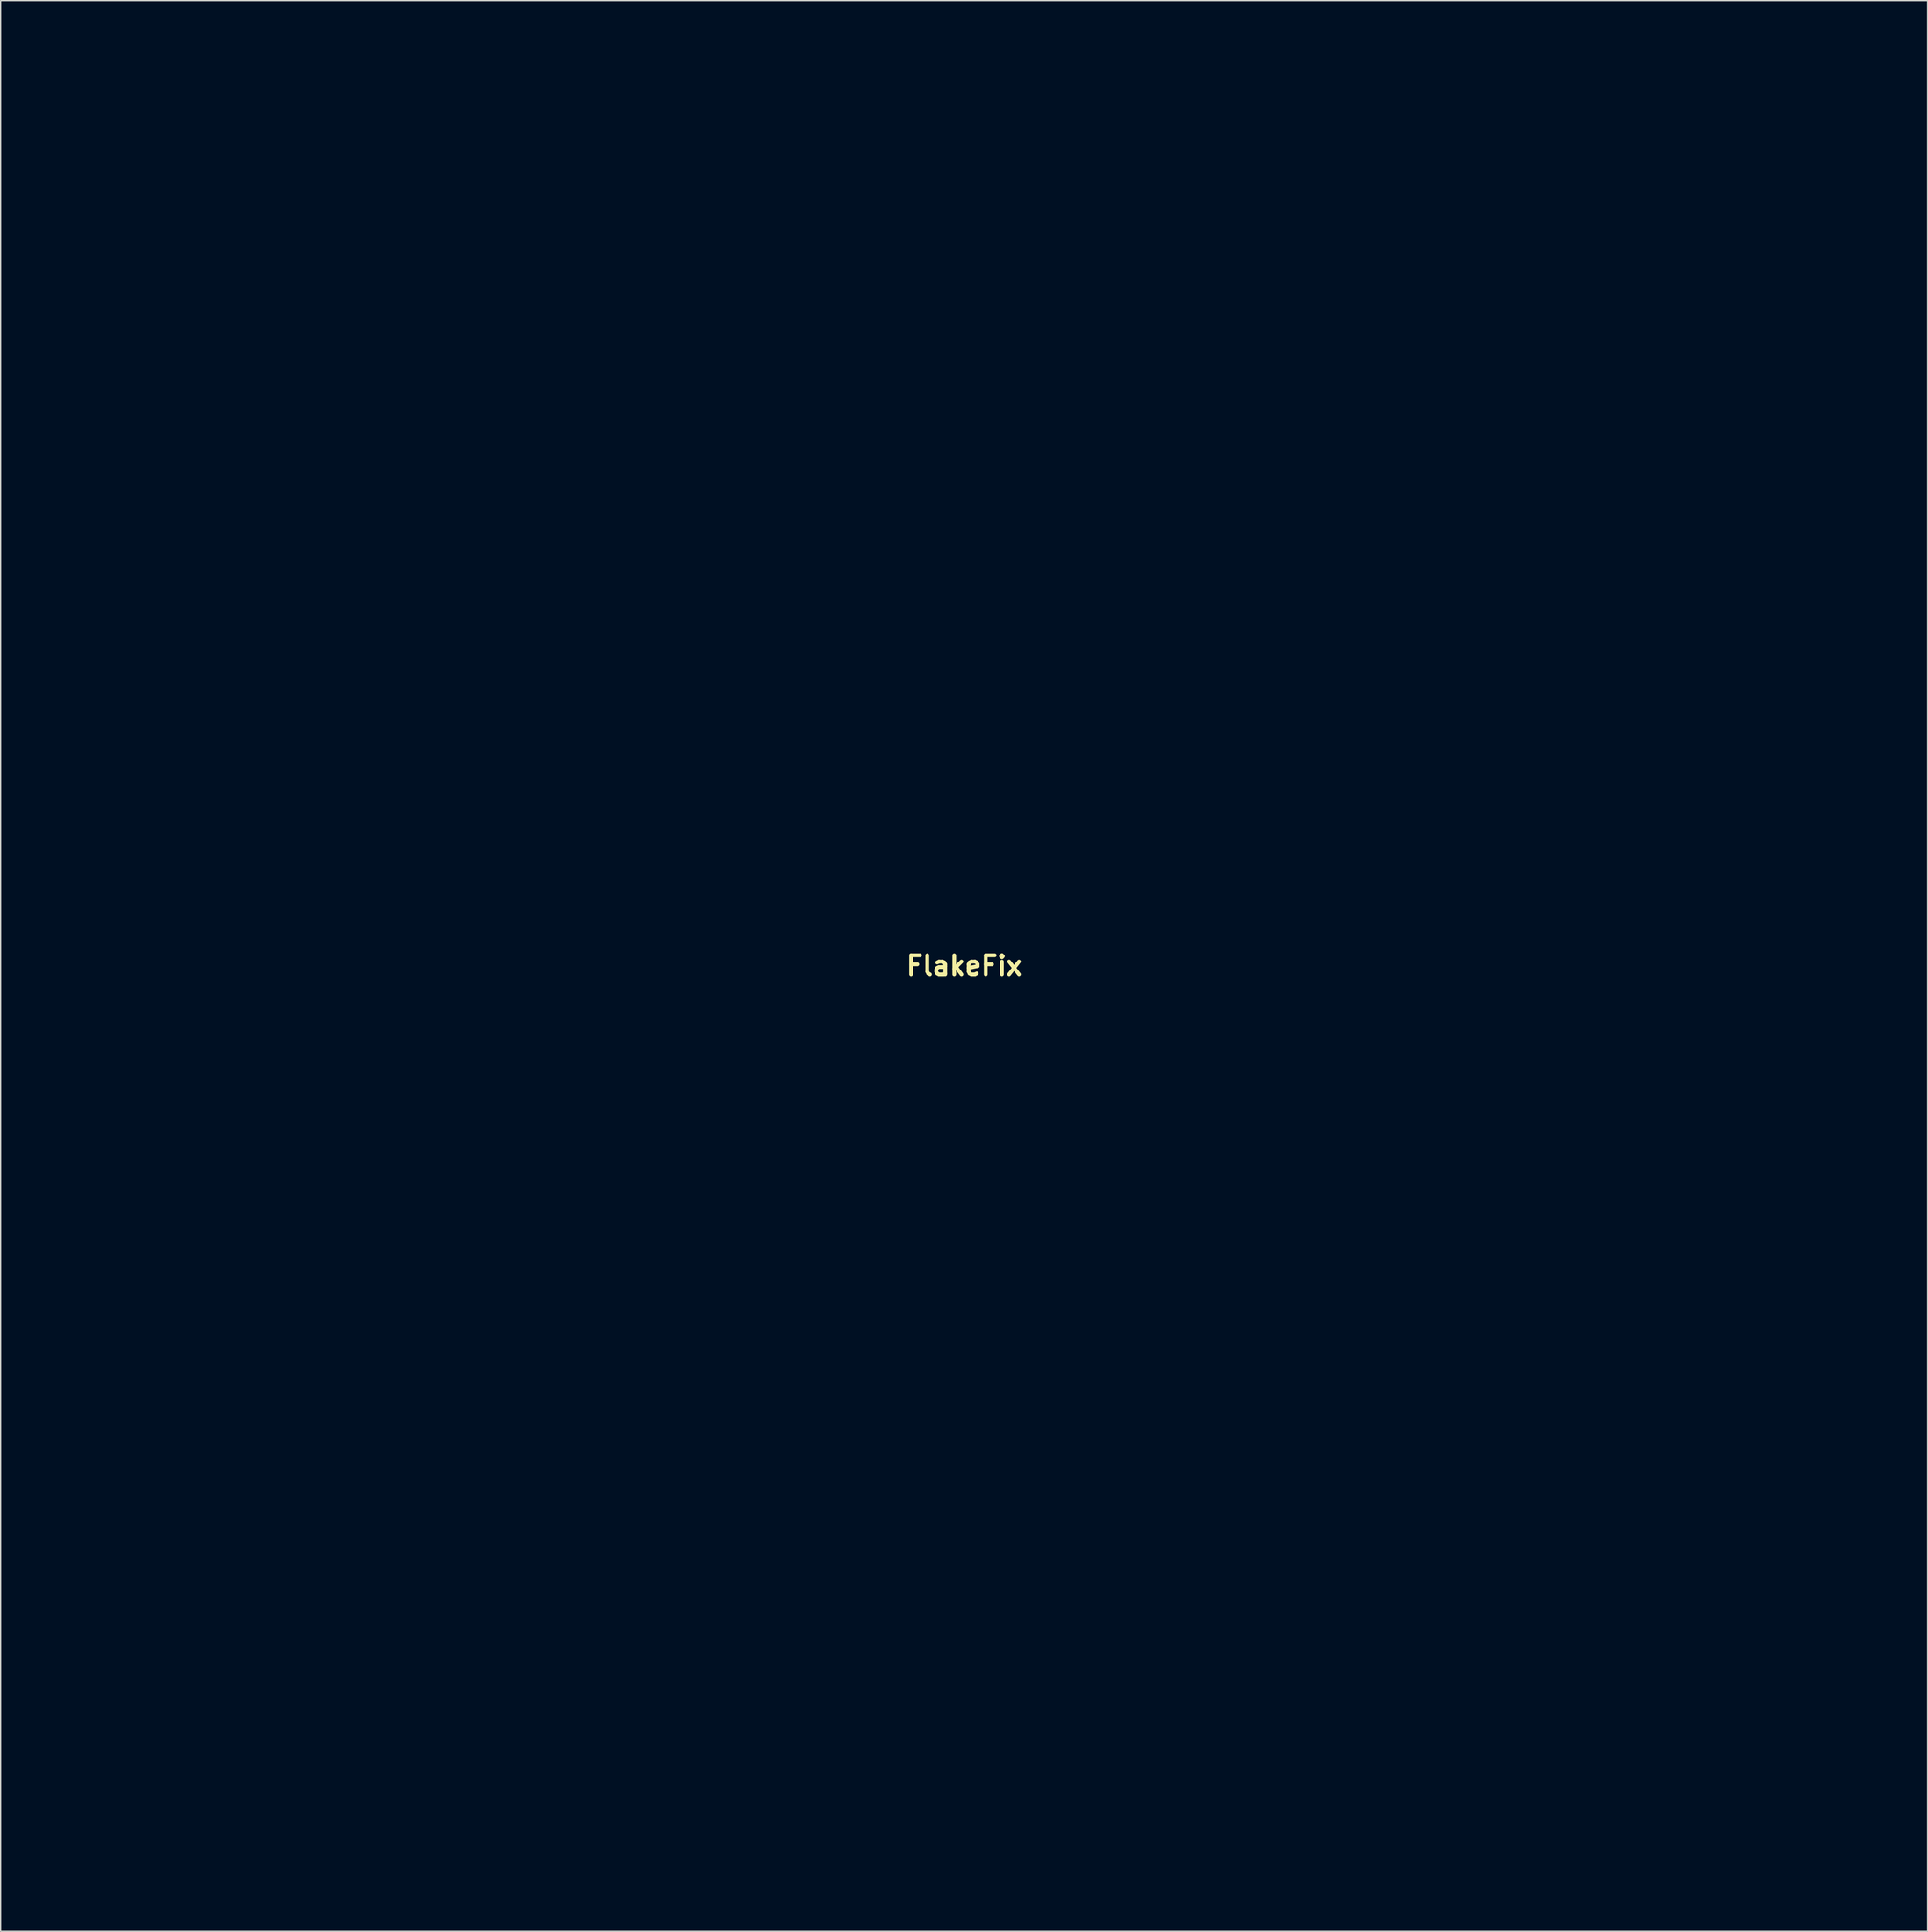
<source format=kicad_pcb>
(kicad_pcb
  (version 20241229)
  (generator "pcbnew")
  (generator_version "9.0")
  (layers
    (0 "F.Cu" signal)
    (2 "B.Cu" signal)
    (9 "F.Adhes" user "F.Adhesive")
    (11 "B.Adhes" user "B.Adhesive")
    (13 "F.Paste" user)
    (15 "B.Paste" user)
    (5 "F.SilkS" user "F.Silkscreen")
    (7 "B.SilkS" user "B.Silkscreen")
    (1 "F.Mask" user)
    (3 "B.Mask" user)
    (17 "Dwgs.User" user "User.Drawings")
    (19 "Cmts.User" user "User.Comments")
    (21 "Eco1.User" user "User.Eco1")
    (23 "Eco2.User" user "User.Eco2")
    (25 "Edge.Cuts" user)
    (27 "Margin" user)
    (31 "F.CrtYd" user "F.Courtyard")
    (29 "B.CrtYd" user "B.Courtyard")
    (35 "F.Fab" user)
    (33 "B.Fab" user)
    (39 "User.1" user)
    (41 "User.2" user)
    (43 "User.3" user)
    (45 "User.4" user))
  (footprint "FlakeFix"
    (layer "F.Cu")
    (at 74.711 74.817)
    (property "Reference" "FlakeFix" (at 0 0 0) (layer "F.SilkS") (effects (font (size 1.524 1.524) (thickness 0.3))))
    (attr through_hole)
    (fp_poly (pts (xy 13.702 -74.586) (xy 14.188 -74.005) (xy 14.846 -73.153) (xy 15.619 -72.11) (xy 16.447 -70.959) (xy 17.273 -69.781) (xy 18.039 -68.66) (xy 18.687 -67.677) (xy 19.158 -66.913) (xy 19.396 -66.452) (xy 19.413 -66.376) (xy 19.202 -66.196) (xy 18.612 -65.793) (xy 17.7 -65.202) (xy 16.523 -64.46) (xy 15.138 -63.603) (xy 13.623 -62.681) (xy 7.844 -59.188) (xy 7.844 -54.348) (xy 7.852 -52.792) (xy 7.873 -51.426) (xy 7.906 -50.338) (xy 7.947 -49.616) (xy 7.991 -49.35) (xy 8.243 -49.422) (xy 8.886 -49.704) (xy 9.862 -50.168) (xy 11.116 -50.787) (xy 12.59 -51.532) (xy 14.23 -52.376) (xy 14.798 -52.672) (xy 16.481 -53.545) (xy 18.019 -54.33) (xy 19.355 -55) (xy 20.432 -55.527) (xy 21.195 -55.882) (xy 21.586 -56.038) (xy 21.623 -56.041) (xy 21.787 -55.774) (xy 22.12 -55.118) (xy 22.585 -54.157) (xy 23.141 -52.977) (xy 23.752 -51.66) (xy 24.377 -50.293) (xy 24.979 -48.96) (xy 25.519 -47.744) (xy 25.958 -46.732) (xy 26.258 -46.006) (xy 26.379 -45.653) (xy 26.378 -45.633) (xy 26.131 -45.504) (xy 25.49 -45.186) (xy 24.516 -44.71) (xy 23.269 -44.104) (xy 21.81 -43.399) (xy 20.279 -42.662) (xy 14.286 -39.782) (xy 14.386 -36) (xy 14.436 -34.562) (xy 14.5 -33.255) (xy 14.573 -32.203) (xy 14.646 -31.529) (xy 14.665 -31.428) (xy 14.786 -31.097) (xy 15.039 -30.758) (xy 15.486 -30.361) (xy 16.189 -29.856) (xy 17.211 -29.193) (xy 18.459 -28.42) (xy 22.076 -26.201) (xy 26.44 -28.234) (xy 30.803 -30.266) (xy 30.965 -34.292) (xy 31.025 -35.92) (xy 31.075 -37.56) (xy 31.11 -39.043) (xy 31.127 -40.202) (xy 31.127 -40.415) (xy 31.127 -42.512) (xy 34.925 -42.51) (xy 36.416 -42.497) (xy 37.885 -42.465) (xy 39.188 -42.417) (xy 40.182 -42.357) (xy 40.403 -42.337) (xy 42.084 -42.167) (xy 42.085 -38.797) (xy 42.101 -37.112) (xy 42.141 -35.245) (xy 42.2 -33.463) (xy 42.248 -32.417) (xy 42.41 -29.407) (xy 46.792 -31.845) (xy 48.133 -32.592) (xy 49.313 -33.251) (xy 50.264 -33.783) (xy 50.919 -34.152) (xy 51.21 -34.318) (xy 51.218 -34.324) (xy 51.244 -34.59) (xy 51.292 -35.311) (xy 51.357 -36.409) (xy 51.434 -37.805) (xy 51.519 -39.42) (xy 51.547 -39.975) (xy 51.636 -41.662) (xy 51.72 -43.172) (xy 51.796 -44.423) (xy 51.858 -45.33) (xy 51.901 -45.811) (xy 51.909 -45.86) (xy 52.164 -45.913) (xy 52.827 -45.925) (xy 53.813 -45.902) (xy 55.034 -45.851) (xy 56.402 -45.776) (xy 57.831 -45.684) (xy 59.234 -45.58) (xy 60.523 -45.47) (xy 61.612 -45.36) (xy 62.413 -45.255) (xy 62.84 -45.161) (xy 62.88 -45.138) (xy 62.891 -44.85) (xy 62.858 -44.122) (xy 62.789 -43.046) (xy 62.693 -41.715) (xy 62.575 -40.219) (xy 62.445 -38.651) (xy 62.309 -37.104) (xy 62.175 -35.669) (xy 62.051 -34.437) (xy 61.944 -33.502) (xy 61.894 -33.138) (xy 61.878 -32.867) (xy 61.965 -32.632) (xy 62.222 -32.388) (xy 62.715 -32.093) (xy 63.509 -31.704) (xy 64.67 -31.177) (xy 65.321 -30.887) (xy 67.645 -29.855) (xy 69.55 -29.005) (xy 71.078 -28.317) (xy 72.27 -27.769) (xy 73.168 -27.34) (xy 73.813 -27.009) (xy 74.247 -26.756) (xy 74.512 -26.559) (xy 74.649 -26.397) (xy 74.699 -26.249) (xy 74.706 -26.138) (xy 74.59 -25.776) (xy 74.272 -25.058) (xy 73.799 -24.074) (xy 73.216 -22.912) (xy 72.571 -21.661) (xy 71.909 -20.407) (xy 71.277 -19.241) (xy 70.721 -18.249) (xy 70.287 -17.521) (xy 70.022 -17.144) (xy 69.976 -17.112) (xy 69.719 -17.219) (xy 69.071 -17.524) (xy 68.091 -17.995) (xy 66.839 -18.605) (xy 65.375 -19.323) (xy 63.759 -20.122) (xy 63.695 -20.154) (xy 57.563 -23.197) (xy 53.185 -20.646) (xy 51.853 -19.862) (xy 50.685 -19.16) (xy 49.745 -18.581) (xy 49.102 -18.164) (xy 48.819 -17.952) (xy 48.811 -17.938) (xy 49.023 -17.777) (xy 49.622 -17.4) (xy 50.551 -16.84) (xy 51.757 -16.128) (xy 53.184 -15.298) (xy 54.779 -14.382) (xy 55.214 -14.133) (xy 56.848 -13.196) (xy 58.332 -12.332) (xy 59.612 -11.574) (xy 60.632 -10.955) (xy 61.337 -10.51) (xy 61.669 -10.272) (xy 61.688 -10.248) (xy 61.565 -9.975) (xy 61.138 -9.333) (xy 60.401 -8.316) (xy 59.351 -6.918) (xy 57.982 -5.133) (xy 56.292 -2.955) (xy 55.372 -1.779) (xy 54.776 -1.018) (xy 52.85 -2.195) (xy 51.962 -2.74) (xy 50.767 -3.477) (xy 49.391 -4.327) (xy 47.957 -5.215) (xy 47.148 -5.717) (xy 43.372 -8.061) (xy 39.429 -5.737) (xy 38.141 -4.965) (xy 36.994 -4.253) (xy 36.064 -3.652) (xy 35.429 -3.21) (xy 35.174 -2.992) (xy 35.036 -2.583) (xy 34.94 -1.763) (xy 34.883 -0.492) (xy 34.863 1.27) (xy 34.863 1.465) (xy 34.863 5.502) (xy 38.906 7.934) (xy 42.95 10.366) (xy 54.196 4.324) (xy 56.669 8.755) (xy 57.442 10.149) (xy 58.123 11.396) (xy 58.673 12.42) (xy 59.05 13.144) (xy 59.213 13.494) (xy 59.215 13.502) (xy 59.024 13.708) (xy 58.446 14.121) (xy 57.539 14.705) (xy 56.36 15.424) (xy 54.967 16.243) (xy 53.683 16.976) (xy 52.169 17.841) (xy 50.82 18.634) (xy 49.694 19.319) (xy 48.848 19.862) (xy 48.339 20.226) (xy 48.214 20.37) (xy 48.47 20.559) (xy 49.101 20.942) (xy 50.035 21.48) (xy 51.199 22.129) (xy 52.522 22.849) (xy 52.549 22.863) (xy 56.747 25.12) (xy 62.146 22.457) (xy 63.668 21.717) (xy 65.04 21.067) (xy 66.2 20.537) (xy 67.081 20.157) (xy 67.619 19.954) (xy 67.754 19.933) (xy 67.92 20.194) (xy 68.27 20.842) (xy 68.76 21.785) (xy 69.346 22.936) (xy 69.982 24.205) (xy 70.626 25.503) (xy 71.232 26.74) (xy 71.755 27.827) (xy 72.153 28.675) (xy 72.379 29.195) (xy 72.411 29.288) (xy 72.209 29.461) (xy 71.606 29.803) (xy 70.661 30.284) (xy 69.434 30.876) (xy 67.985 31.547) (xy 66.559 32.187) (xy 64.95 32.903) (xy 63.495 33.558) (xy 62.256 34.123) (xy 61.297 34.569) (xy 60.682 34.867) (xy 60.474 34.983) (xy 60.453 35.287) (xy 60.48 36.049) (xy 60.549 37.197) (xy 60.655 38.657) (xy 60.794 40.358) (xy 60.934 41.929) (xy 61.099 43.77) (xy 61.241 45.427) (xy 61.355 46.829) (xy 61.434 47.905) (xy 61.472 48.581) (xy 61.47 48.789) (xy 61.21 48.826) (xy 60.543 48.881) (xy 59.554 48.948) (xy 58.333 49.023) (xy 56.967 49.101) (xy 55.544 49.178) (xy 54.152 49.248) (xy 52.88 49.308) (xy 51.815 49.352) (xy 51.045 49.376) (xy 50.658 49.375) (xy 50.63 49.369) (xy 50.603 49.098) (xy 50.558 48.365) (xy 50.497 47.245) (xy 50.425 45.81) (xy 50.345 44.133) (xy 50.282 42.77) (xy 50.174 40.592) (xy 50.061 38.782) (xy 49.947 37.381) (xy 49.835 36.427) (xy 49.729 35.961) (xy 49.71 35.931) (xy 49.377 35.697) (xy 48.697 35.302) (xy 47.753 34.79) (xy 46.629 34.201) (xy 45.407 33.578) (xy 44.171 32.961) (xy 43.004 32.392) (xy 41.988 31.914) (xy 41.207 31.568) (xy 40.744 31.396) (xy 40.656 31.39) (xy 40.611 31.69) (xy 40.563 32.455) (xy 40.515 33.612) (xy 40.468 35.091) (xy 40.425 36.82) (xy 40.389 38.729) (xy 40.389 38.771) (xy 40.343 41.169) (xy 40.29 43.056) (xy 40.226 44.456) (xy 40.152 45.394) (xy 40.066 45.894) (xy 39.997 45.996) (xy 39.678 45.974) (xy 38.938 45.905) (xy 37.851 45.797) (xy 36.489 45.658) (xy 34.929 45.495) (xy 34.053 45.402) (xy 28.388 44.799) (xy 28.399 43.989) (xy 28.418 43.484) (xy 28.465 42.538) (xy 28.536 41.245) (xy 28.625 39.7) (xy 28.726 37.996) (xy 28.752 37.565) (xy 28.847 35.886) (xy 28.915 34.391) (xy 28.956 33.161) (xy 28.966 32.276) (xy 28.943 31.818) (xy 28.928 31.775) (xy 28.65 31.602) (xy 28.009 31.256) (xy 27.094 30.78) (xy 25.994 30.22) (xy 24.797 29.619) (xy 23.591 29.021) (xy 22.465 28.47) (xy 21.508 28.011) (xy 20.807 27.687) (xy 20.451 27.543) (xy 20.431 27.539) (xy 20.149 27.651) (xy 19.497 27.962) (xy 18.553 28.433) (xy 17.394 29.026) (xy 16.354 29.568) (xy 12.486 31.598) (xy 12.353 33.245) (xy 12.281 34.248) (xy 12.199 35.571) (xy 12.119 36.997) (xy 12.082 37.706) (xy 11.944 40.521) (xy 17.547 43.689) (xy 19.419 44.763) (xy 20.916 45.655) (xy 22.02 46.353) (xy 22.714 46.846) (xy 22.979 47.124) (xy 22.977 47.157) (xy 22.765 47.5) (xy 22.329 48.182) (xy 21.725 49.12) (xy 21.008 50.227) (xy 20.234 51.42) (xy 19.458 52.612) (xy 18.735 53.719) (xy 18.12 54.656) (xy 17.669 55.338) (xy 17.438 55.68) (xy 17.424 55.698) (xy 17.163 55.642) (xy 16.519 55.373) (xy 15.554 54.918) (xy 14.326 54.308) (xy 12.898 53.571) (xy 11.489 52.824) (xy 9.933 51.99) (xy 8.525 51.242) (xy 7.328 50.61) (xy 6.401 50.126) (xy 5.804 49.823) (xy 5.599 49.731) (xy 5.561 49.984) (xy 5.534 50.688) (xy 5.52 51.758) (xy 5.521 53.111) (xy 5.535 54.577) (xy 5.603 59.424) (xy 10.675 62.544) (xy 12.107 63.431) (xy 13.386 64.235) (xy 14.45 64.915) (xy 15.239 65.433) (xy 15.693 65.751) (xy 15.779 65.83) (xy 15.643 66.066) (xy 15.257 66.646) (xy 14.674 67.494) (xy 13.951 68.53) (xy 13.142 69.679) (xy 12.302 70.861) (xy 11.486 72) (xy 10.749 73.017) (xy 10.146 73.835) (xy 9.733 74.377) (xy 9.695 74.424) (xy 9.441 74.352) (xy 8.827 74.028) (xy 7.909 73.489) (xy 6.748 72.768) (xy 5.401 71.903) (xy 4.228 71.129) (xy 2.764 70.155) (xy 1.432 69.274) (xy 0.292 68.526) (xy -0.594 67.951) (xy -1.166 67.589) (xy -1.354 67.48) (xy -1.638 67.583) (xy -2.284 67.935) (xy -3.235 68.502) (xy -4.432 69.248) (xy -5.816 70.136) (xy -7.295 71.11) (xy -8.816 72.111) (xy -10.214 73.011) (xy -11.431 73.774) (xy -12.404 74.362) (xy -13.075 74.737) (xy -13.378 74.863) (xy -13.701 74.641) (xy -14.275 73.987) (xy -15.084 72.922) (xy -16.112 71.466) (xy -16.622 70.717) (xy -17.493 69.417) (xy -18.253 68.263) (xy -18.856 67.325) (xy -19.257 66.673) (xy -19.412 66.378) (xy -19.413 66.372) (xy -19.202 66.194) (xy -18.612 65.791) (xy -17.7 65.201) (xy -16.523 64.46) (xy -15.138 63.603) (xy -13.623 62.681) (xy -7.844 59.188) (xy -7.844 54.348) (xy -7.852 52.792) (xy -7.873 51.426) (xy -7.906 50.338) (xy -7.947 49.616) (xy -7.991 49.35) (xy -8.243 49.422) (xy -8.886 49.704) (xy -9.862 50.168) (xy -11.116 50.787) (xy -12.59 51.532) (xy -14.23 52.376) (xy -14.798 52.672) (xy -16.481 53.545) (xy -18.019 54.33) (xy -19.355 55) (xy -20.432 55.527) (xy -21.195 55.882) (xy -21.586 56.038) (xy -21.623 56.041) (xy -21.787 55.774) (xy -22.12 55.118) (xy -22.585 54.157) (xy -23.141 52.977) (xy -23.752 51.66) (xy -24.377 50.293) (xy -24.979 48.96) (xy -25.519 47.744) (xy -25.958 46.732) (xy -26.258 46.006) (xy -26.379 45.653) (xy -26.378 45.633) (xy -26.131 45.504) (xy -25.49 45.186) (xy -24.516 44.71) (xy -23.269 44.104) (xy -21.809 43.399) (xy -20.27 42.658) (xy -14.268 39.774) (xy -14.364 36.53) (xy -14.413 35.111) (xy -14.474 33.742) (xy -14.539 32.594) (xy -14.59 31.917) (xy -14.72 30.546) (xy -18.653 28.238) (xy -22.586 25.929) (xy -26.694 28.074) (xy -30.801 30.218) (xy -30.964 34.269) (xy -31.024 35.9) (xy -31.074 37.542) (xy -31.11 39.028) (xy -31.127 40.189) (xy -31.127 40.415) (xy -31.127 42.512) (xy -34.925 42.51) (xy -36.416 42.497) (xy -37.885 42.465) (xy -39.188 42.417) (xy -40.182 42.357) (xy -40.403 42.337) (xy -42.084 42.167) (xy -42.085 38.797) (xy -42.101 37.112) (xy -42.141 35.245) (xy -42.2 33.463) (xy -42.248 32.417) (xy -42.41 29.407) (xy -46.792 31.845) (xy -48.133 32.592) (xy -49.313 33.251) (xy -50.264 33.783) (xy -50.919 34.152) (xy -51.21 34.318) (xy -51.218 34.324) (xy -51.244 34.59) (xy -51.292 35.311) (xy -51.357 36.409) (xy -51.434 37.805) (xy -51.519 39.42) (xy -51.547 39.975) (xy -51.636 41.662) (xy -51.72 43.172) (xy -51.796 44.423) (xy -51.858 45.33) (xy -51.901 45.811) (xy -51.909 45.86) (xy -52.164 45.913) (xy -52.827 45.925) (xy -53.813 45.902) (xy -55.034 45.851) (xy -56.402 45.776) (xy -57.831 45.684) (xy -59.234 45.58) (xy -60.523 45.47) (xy -61.612 45.36) (xy -62.413 45.255) (xy -62.84 45.161) (xy -62.88 45.138) (xy -62.891 44.85) (xy -62.858 44.122) (xy -62.789 43.046) (xy -62.693 41.715) (xy -62.575 40.219) (xy -62.445 38.651) (xy -62.309 37.104) (xy -62.175 35.669) (xy -62.051 34.437) (xy -61.944 33.502) (xy -61.894 33.138) (xy -61.878 32.867) (xy -61.965 32.632) (xy -62.222 32.388) (xy -62.715 32.093) (xy -63.509 31.704) (xy -64.67 31.177) (xy -65.321 30.887) (xy -67.645 29.855) (xy -69.55 29.005) (xy -71.078 28.317) (xy -72.27 27.769) (xy -73.168 27.34) (xy -73.813 27.009) (xy -74.247 26.756) (xy -74.512 26.559) (xy -74.649 26.397) (xy -74.699 26.249) (xy -74.706 26.138) (xy -74.59 25.776) (xy -74.463 25.489) (xy -72.483 25.489) (xy -72.388 25.675) (xy -72.175 25.817) (xy -72.15 25.83) (xy -71.769 26.016) (xy -70.999 26.372) (xy -69.91 26.867) (xy -68.574 27.469) (xy -67.061 28.144) (xy -65.99 28.62) (xy -64.426 29.316) (xy -63.017 29.949) (xy -61.826 30.491) (xy -60.92 30.91) (xy -60.363 31.177) (xy -60.215 31.259) (xy -60.19 31.559) (xy -60.214 32.313) (xy -60.282 33.443) (xy -60.39 34.873) (xy -60.531 36.525) (xy -60.615 37.432) (xy -60.778 39.161) (xy -60.918 40.701) (xy -61.031 41.976) (xy -61.109 42.91) (xy -61.145 43.428) (xy -61.146 43.508) (xy -60.878 43.572) (xy -60.22 43.651) (xy -59.278 43.739) (xy -58.16 43.827) (xy -56.971 43.91) (xy -55.819 43.979) (xy -54.81 44.028) (xy -54.052 44.048) (xy -53.652 44.034) (xy -53.617 44.021) (xy -53.556 43.713) (xy -53.48 42.955) (xy -53.394 41.83) (xy -53.305 40.422) (xy -53.22 38.815) (xy -53.208 38.554) (xy -52.958 33.258) (xy -47.013 29.931) (xy -45.43 29.046) (xy -43.988 28.243) (xy -42.747 27.555) (xy -41.766 27.016) (xy -41.108 26.658) (xy -40.83 26.514) (xy -40.829 26.514) (xy -40.743 26.739) (xy -40.674 27.455) (xy -40.624 28.618) (xy -40.596 30.186) (xy -40.59 31.487) (xy -40.581 33.25) (xy -40.557 34.986) (xy -40.52 36.564) (xy -40.473 37.849) (xy -40.429 38.594) (xy -40.268 40.64) (xy -32.933 40.64) (xy -32.777 39.804) (xy -32.727 39.272) (xy -32.684 38.309) (xy -32.65 37.018) (xy -32.628 35.502) (xy -32.622 34.05) (xy -32.622 29.13) (xy -27.467 26.456) (xy -22.312 23.783) (xy -18.44 26.166) (xy -17.131 26.968) (xy -15.92 27.704) (xy -14.894 28.322) (xy -14.14 28.769) (xy -13.789 28.97) (xy -13.01 29.39) (xy -12.858 32.943) (xy -12.793 34.525) (xy -12.73 36.156) (xy -12.676 37.638) (xy -12.641 38.711) (xy -12.575 40.926) (xy -18.178 43.623) (xy -19.733 44.375) (xy -21.138 45.06) (xy -22.326 45.648) (xy -23.236 46.105) (xy -23.803 46.4) (xy -23.964 46.496) (xy -23.917 46.774) (xy -23.689 47.424) (xy -23.327 48.344) (xy -22.875 49.43) (xy -22.378 50.578) (xy -21.881 51.685) (xy -21.43 52.646) (xy -21.069 53.358) (xy -20.845 53.717) (xy -20.809 53.741) (xy -20.561 53.628) (xy -19.921 53.308) (xy -18.941 52.807) (xy -17.677 52.156) (xy -16.183 51.381) (xy -14.514 50.51) (xy -13.535 49.997) (xy -11.796 49.088) (xy -10.205 48.263) (xy -8.818 47.55) (xy -7.687 46.974) (xy -6.866 46.564) (xy -6.408 46.348) (xy -6.33 46.321) (xy -6.306 46.595) (xy -6.272 47.332) (xy -6.23 48.461) (xy -6.182 49.909) (xy -6.131 51.606) (xy -6.087 53.238) (xy -5.906 60.087) (xy -11.108 63.234) (xy -12.585 64.133) (xy -13.928 64.961) (xy -15.072 65.676) (xy -15.953 66.24) (xy -16.506 66.609) (xy -16.657 66.726) (xy -16.76 66.93) (xy -16.705 67.254) (xy -16.457 67.771) (xy -15.98 68.552) (xy -15.239 69.67) (xy -15.085 69.897) (xy -14.362 70.948) (xy -13.742 71.822) (xy -13.284 72.439) (xy -13.046 72.716) (xy -13.031 72.724) (xy -12.791 72.59) (xy -12.186 72.211) (xy -11.273 71.625) (xy -10.111 70.871) (xy -8.758 69.984) (xy -7.506 69.158) (xy -6.024 68.178) (xy -4.672 67.285) (xy -3.513 66.52) (xy -2.606 65.923) (xy -2.012 65.533) (xy -1.801 65.396) (xy -1.492 65.474) (xy -0.805 65.825) (xy 0.225 66.429) (xy 1.559 67.264) (xy 3.161 68.307) (xy 3.794 68.727) (xy 9.073 72.254) (xy 9.774 71.353) (xy 10.243 70.734) (xy 10.903 69.844) (xy 11.641 68.835) (xy 11.961 68.393) (xy 13.448 66.333) (xy 12.016 65.436) (xy 11.282 64.979) (xy 10.234 64.333) (xy 8.993 63.571) (xy 7.677 62.767) (xy 7.159 62.451) (xy 3.735 60.364) (xy 3.735 53.577) (xy 3.74 51.735) (xy 3.753 50.083) (xy 3.774 48.692) (xy 3.801 47.633) (xy 3.832 46.977) (xy 3.862 46.789) (xy 4.109 46.904) (xy 4.743 47.229) (xy 5.706 47.733) (xy 6.941 48.386) (xy 8.389 49.156) (xy 9.993 50.015) (xy 10.21 50.132) (xy 11.834 51) (xy 13.314 51.785) (xy 14.592 52.455) (xy 15.608 52.98) (xy 16.305 53.329) (xy 16.623 53.472) (xy 16.633 53.474) (xy 16.831 53.272) (xy 17.239 52.731) (xy 17.794 51.946) (xy 18.431 51.013) (xy 19.087 50.027) (xy 19.699 49.085) (xy 20.202 48.282) (xy 20.532 47.714) (xy 20.627 47.477) (xy 20.626 47.477) (xy 20.392 47.339) (xy 19.779 46.988) (xy 18.848 46.459) (xy 17.664 45.789) (xy 16.287 45.012) (xy 15.364 44.492) (xy 10.184 41.576) (xy 10.323 39.838) (xy 10.383 38.91) (xy 10.451 37.608) (xy 10.517 36.095) (xy 10.575 34.531) (xy 10.583 34.271) (xy 10.705 30.443) (xy 20.316 25.366) (xy 25.41 27.942) (xy 26.885 28.692) (xy 28.208 29.372) (xy 29.312 29.947) (xy 30.132 30.384) (xy 30.6 30.646) (xy 30.681 30.702) (xy 30.716 31.01) (xy 30.717 31.774) (xy 30.687 32.914) (xy 30.627 34.352) (xy 30.541 36.009) (xy 30.49 36.872) (xy 30.39 38.606) (xy 30.314 40.157) (xy 30.264 41.448) (xy 30.243 42.399) (xy 30.253 42.933) (xy 30.271 43.019) (xy 30.539 43.085) (xy 31.2 43.191) (xy 32.153 43.324) (xy 33.297 43.473) (xy 34.531 43.626) (xy 35.753 43.769) (xy 36.864 43.892) (xy 37.761 43.98) (xy 38.343 44.024) (xy 38.515 44.018) (xy 38.531 43.752) (xy 38.558 43.019) (xy 38.592 41.884) (xy 38.633 40.414) (xy 38.677 38.675) (xy 38.725 36.735) (xy 38.738 36.162) (xy 38.786 34.179) (xy 38.835 32.381) (xy 38.881 30.834) (xy 38.923 29.605) (xy 38.958 28.759) (xy 38.985 28.362) (xy 38.99 28.341) (xy 39.247 28.452) (xy 39.88 28.762) (xy 40.818 29.233) (xy 41.99 29.829) (xy 43.326 30.513) (xy 44.754 31.249) (xy 46.203 31.999) (xy 47.602 32.727) (xy 48.881 33.396) (xy 49.967 33.969) (xy 50.791 34.41) (xy 51.28 34.683) (xy 51.384 34.75) (xy 51.456 35.069) (xy 51.542 35.845) (xy 51.637 37) (xy 51.735 38.457) (xy 51.83 40.139) (xy 51.882 41.214) (xy 52.17 47.458) (xy 55.282 47.379) (xy 56.543 47.337) (xy 57.678 47.281) (xy 58.565 47.219) (xy 59.078 47.157) (xy 59.08 47.157) (xy 59.525 47.012) (xy 59.682 46.713) (xy 59.64 46.081) (xy 59.634 46.033) (xy 59.555 45.353) (xy 59.45 44.315) (xy 59.325 43.009) (xy 59.189 41.527) (xy 59.049 39.959) (xy 58.914 38.395) (xy 58.791 36.927) (xy 58.688 35.644) (xy 58.614 34.638) (xy 58.575 33.999) (xy 58.575 33.813) (xy 58.815 33.695) (xy 59.448 33.405) (xy 60.404 32.974) (xy 61.616 32.431) (xy 63.014 31.809) (xy 63.5 31.593) (xy 65.014 30.922) (xy 66.429 30.294) (xy 67.659 29.748) (xy 68.618 29.321) (xy 69.222 29.052) (xy 69.298 29.017) (xy 70.241 28.593) (xy 68.676 25.397) (xy 68.09 24.225) (xy 67.578 23.246) (xy 67.185 22.546) (xy 66.961 22.212) (xy 66.936 22.196) (xy 66.668 22.301) (xy 66.014 22.597) (xy 65.043 23.053) (xy 63.82 23.637) (xy 62.415 24.317) (xy 61.73 24.651) (xy 56.7 27.11) (xy 50.948 23.995) (xy 49.372 23.137) (xy 47.927 22.342) (xy 46.678 21.647) (xy 45.69 21.088) (xy 45.027 20.701) (xy 44.767 20.533) (xy 44.685 20.408) (xy 44.746 20.238) (xy 44.993 19.996) (xy 45.469 19.654) (xy 46.215 19.183) (xy 47.274 18.557) (xy 48.689 17.746) (xy 50.501 16.723) (xy 50.681 16.622) (xy 52.304 15.706) (xy 53.774 14.871) (xy 55.035 14.147) (xy 56.032 13.568) (xy 56.71 13.164) (xy 57.014 12.967) (xy 57.025 12.955) (xy 56.906 12.705) (xy 56.585 12.104) (xy 56.123 11.257) (xy 55.576 10.268) (xy 55.004 9.243) (xy 54.464 8.288) (xy 54.015 7.507) (xy 53.886 7.289) (xy 53.531 6.69) (xy 48.219 9.538) (xy 42.907 12.386) (xy 38.013 9.47) (xy 33.12 6.553) (xy 33.121 3.744) (xy 33.139 2.181) (xy 33.186 0.449) (xy 33.254 -1.154) (xy 33.281 -1.642) (xy 33.44 -4.219) (xy 38.41 -7.183) (xy 43.379 -10.146) (xy 48.729 -6.811) (xy 50.209 -5.893) (xy 51.55 -5.073) (xy 52.691 -4.385) (xy 53.571 -3.866) (xy 54.128 -3.553) (xy 54.3 -3.476) (xy 54.529 -3.671) (xy 55.012 -4.209) (xy 55.688 -5.018) (xy 56.496 -6.026) (xy 56.928 -6.579) (xy 57.886 -7.835) (xy 58.539 -8.747) (xy 58.919 -9.365) (xy 59.056 -9.739) (xy 58.989 -9.915) (xy 58.689 -10.095) (xy 58.007 -10.493) (xy 56.998 -11.076) (xy 55.722 -11.81) (xy 54.235 -12.662) (xy 52.594 -13.601) (xy 51.983 -13.95) (xy 50.32 -14.905) (xy 48.809 -15.784) (xy 47.503 -16.555) (xy 46.456 -17.186) (xy 45.722 -17.644) (xy 45.354 -17.898) (xy 45.322 -17.935) (xy 45.53 -18.098) (xy 46.109 -18.474) (xy 46.99 -19.023) (xy 48.107 -19.703) (xy 49.39 -20.475) (xy 50.772 -21.298) (xy 52.184 -22.133) (xy 53.559 -22.939) (xy 54.829 -23.675) (xy 55.925 -24.302) (xy 56.78 -24.779) (xy 57.325 -25.066) (xy 57.488 -25.133) (xy 57.752 -25.025) (xy 58.405 -24.723) (xy 59.385 -24.256) (xy 60.628 -23.654) (xy 62.073 -22.947) (xy 63.359 -22.313) (xy 64.926 -21.547) (xy 66.351 -20.869) (xy 67.568 -20.308) (xy 68.514 -19.893) (xy 69.124 -19.652) (xy 69.33 -19.606) (xy 69.551 -19.869) (xy 69.959 -20.506) (xy 70.495 -21.424) (xy 71.105 -22.529) (xy 71.154 -22.62) (xy 71.794 -23.823) (xy 72.212 -24.647) (xy 72.432 -25.174) (xy 72.483 -25.489) (xy 72.388 -25.675) (xy 72.175 -25.817) (xy 72.15 -25.83) (xy 71.769 -26.016) (xy 70.999 -26.372) (xy 69.91 -26.867) (xy 68.574 -27.469) (xy 67.061 -28.144) (xy 65.99 -28.62) (xy 64.426 -29.316) (xy 63.017 -29.949) (xy 61.826 -30.491) (xy 60.92 -30.91) (xy 60.363 -31.177) (xy 60.215 -31.259) (xy 60.19 -31.559) (xy 60.214 -32.313) (xy 60.282 -33.443) (xy 60.39 -34.873) (xy 60.531 -36.525) (xy 60.615 -37.432) (xy 60.778 -39.161) (xy 60.918 -40.701) (xy 61.031 -41.976) (xy 61.109 -42.91) (xy 61.145 -43.428) (xy 61.146 -43.508) (xy 60.878 -43.572) (xy 60.22 -43.651) (xy 59.278 -43.739) (xy 58.16 -43.827) (xy 56.971 -43.91) (xy 55.819 -43.979) (xy 54.81 -44.028) (xy 54.052 -44.048) (xy 53.652 -44.034) (xy 53.617 -44.021) (xy 53.556 -43.713) (xy 53.48 -42.955) (xy 53.394 -41.83) (xy 53.305 -40.422) (xy 53.22 -38.815) (xy 53.208 -38.554) (xy 52.958 -33.258) (xy 47.013 -29.931) (xy 45.43 -29.046) (xy 43.988 -28.243) (xy 42.747 -27.555) (xy 41.766 -27.016) (xy 41.108 -26.658) (xy 40.83 -26.514) (xy 40.829 -26.514) (xy 40.743 -26.739) (xy 40.674 -27.455) (xy 40.624 -28.618) (xy 40.596 -30.186) (xy 40.59 -31.487) (xy 40.581 -33.25) (xy 40.557 -34.986) (xy 40.52 -36.564) (xy 40.473 -37.849) (xy 40.429 -38.594) (xy 40.268 -40.64) (xy 36.569 -40.64) (xy 35.272 -40.636) (xy 34.168 -40.624) (xy 33.346 -40.606) (xy 32.892 -40.585) (xy 32.831 -40.573) (xy 32.812 -40.298) (xy 32.783 -39.568) (xy 32.747 -38.46) (xy 32.705 -37.053) (xy 32.66 -35.426) (xy 32.644 -34.791) (xy 32.497 -29.075) (xy 27.392 -26.706) (xy 25.897 -26.019) (xy 24.544 -25.409) (xy 23.405 -24.909) (xy 22.549 -24.548) (xy 22.047 -24.356) (xy 21.954 -24.334) (xy 21.638 -24.463) (xy 20.972 -24.821) (xy 20.035 -25.364) (xy 18.904 -26.048) (xy 17.97 -26.628) (xy 16.73 -27.397) (xy 15.613 -28.069) (xy 14.699 -28.596) (xy 14.07 -28.932) (xy 13.839 -29.028) (xy 13.591 -29.085) (xy 13.391 -29.176) (xy 13.232 -29.354) (xy 13.106 -29.674) (xy 13.007 -30.19) (xy 12.928 -30.955) (xy 12.862 -32.023) (xy 12.802 -33.449) (xy 12.741 -35.287) (xy 12.673 -37.59) (xy 12.652 -38.31) (xy 12.575 -40.927) (xy 18.178 -43.623) (xy 19.733 -44.375) (xy 21.138 -45.06) (xy 22.327 -45.648) (xy 23.236 -46.105) (xy 23.803 -46.4) (xy 23.964 -46.496) (xy 23.917 -46.774) (xy 23.689 -47.424) (xy 23.327 -48.344) (xy 22.875 -49.43) (xy 22.378 -50.578) (xy 21.881 -51.685) (xy 21.43 -52.646) (xy 21.069 -53.358) (xy 20.845 -53.717) (xy 20.809 -53.741) (xy 20.561 -53.628) (xy 19.921 -53.308) (xy 18.941 -52.807) (xy 17.677 -52.156) (xy 16.183 -51.381) (xy 14.514 -50.51) (xy 13.535 -49.997) (xy 11.796 -49.088) (xy 10.205 -48.263) (xy 8.818 -47.55) (xy 7.687 -46.974) (xy 6.866 -46.564) (xy 6.408 -46.348) (xy 6.33 -46.321) (xy 6.306 -46.595) (xy 6.272 -47.332) (xy 6.23 -48.461) (xy 6.182 -49.909) (xy 6.131 -51.606) (xy 6.087 -53.238) (xy 5.906 -60.087) (xy 11.108 -63.234) (xy 12.585 -64.133) (xy 13.928 -64.961) (xy 15.072 -65.676) (xy 15.953 -66.24) (xy 16.506 -66.609) (xy 16.657 -66.726) (xy 16.76 -66.93) (xy 16.705 -67.254) (xy 16.457 -67.771) (xy 15.98 -68.552) (xy 15.239 -69.67) (xy 15.085 -69.897) (xy 14.362 -70.948) (xy 13.742 -71.822) (xy 13.284 -72.439) (xy 13.046 -72.716) (xy 13.031 -72.724) (xy 12.791 -72.59) (xy 12.186 -72.211) (xy 11.273 -71.625) (xy 10.111 -70.871) (xy 8.758 -69.984) (xy 7.506 -69.158) (xy 6.024 -68.178) (xy 4.672 -67.285) (xy 3.513 -66.52) (xy 2.606 -65.923) (xy 2.012 -65.533) (xy 1.801 -65.396) (xy 1.492 -65.474) (xy 0.805 -65.825) (xy -0.225 -66.429) (xy -1.559 -67.264) (xy -3.161 -68.307) (xy -3.794 -68.727) (xy -9.073 -72.254) (xy -9.774 -71.353) (xy -10.243 -70.734) (xy -10.903 -69.844) (xy -11.641 -68.835) (xy -11.961 -68.393) (xy -13.448 -66.333) (xy -12.016 -65.436) (xy -11.282 -64.979) (xy -10.234 -64.333) (xy -8.993 -63.571) (xy -7.677 -62.767) (xy -7.159 -62.451) (xy -3.735 -60.364) (xy -3.735 -53.577) (xy -3.74 -51.735) (xy -3.753 -50.083) (xy -3.774 -48.692) (xy -3.801 -47.633) (xy -3.832 -46.977) (xy -3.862 -46.789) (xy -4.109 -46.904) (xy -4.743 -47.229) (xy -5.706 -47.733) (xy -6.941 -48.386) (xy -8.389 -49.156) (xy -9.993 -50.015) (xy -10.21 -50.132) (xy -11.834 -51) (xy -13.314 -51.785) (xy -14.592 -52.455) (xy -15.608 -52.98) (xy -16.305 -53.329) (xy -16.623 -53.472) (xy -16.633 -53.474) (xy -16.831 -53.272) (xy -17.24 -52.73) (xy -17.795 -51.944) (xy -18.433 -51.01) (xy -19.089 -50.024) (xy -19.701 -49.081) (xy -20.203 -48.278) (xy -20.533 -47.71) (xy -20.626 -47.473) (xy -20.392 -47.333) (xy -19.779 -46.98) (xy -18.851 -46.45) (xy -17.668 -45.778) (xy -16.295 -45) (xy -15.411 -44.5) (xy -10.278 -41.6) (xy -10.397 -36.107) (xy -10.44 -34.447) (xy -10.493 -32.974) (xy -10.55 -31.769) (xy -10.607 -30.915) (xy -10.662 -30.493) (xy -10.675 -30.464) (xy -10.936 -30.308) (xy -11.578 -29.956) (xy -12.533 -29.444) (xy -13.731 -28.809) (xy -15.105 -28.088) (xy -15.577 -27.842) (xy -20.321 -25.368) (xy -25.413 -27.943) (xy -26.887 -28.693) (xy -28.209 -29.373) (xy -29.313 -29.948) (xy -30.132 -30.384) (xy -30.6 -30.647) (xy -30.681 -30.702) (xy -30.716 -31.01) (xy -30.717 -31.774) (xy -30.687 -32.914) (xy -30.627 -34.352) (xy -30.541 -36.009) (xy -30.49 -36.872) (xy -30.39 -38.606) (xy -30.314 -40.157) (xy -30.264 -41.448) (xy -30.243 -42.399) (xy -30.253 -42.933) (xy -30.271 -43.019) (xy -30.539 -43.085) (xy -31.2 -43.191) (xy -32.153 -43.324) (xy -33.297 -43.473) (xy -34.531 -43.626) (xy -35.753 -43.769) (xy -36.864 -43.892) (xy -37.761 -43.98) (xy -38.343 -44.024) (xy -38.515 -44.018) (xy -38.531 -43.752) (xy -38.558 -43.019) (xy -38.592 -41.884) (xy -38.633 -40.414) (xy -38.677 -38.675) (xy -38.725 -36.735) (xy -38.738 -36.162) (xy -38.786 -34.179) (xy -38.835 -32.381) (xy -38.881 -30.834) (xy -38.923 -29.605) (xy -38.958 -28.759) (xy -38.985 -28.362) (xy -38.99 -28.341) (xy -39.247 -28.452) (xy -39.88 -28.762) (xy -40.818 -29.233) (xy -41.99 -29.829) (xy -43.326 -30.513) (xy -44.754 -31.249) (xy -46.203 -31.999) (xy -47.602 -32.727) (xy -48.881 -33.396) (xy -49.967 -33.969) (xy -50.791 -34.41) (xy -51.28 -34.683) (xy -51.384 -34.75) (xy -51.456 -35.069) (xy -51.542 -35.845) (xy -51.637 -37) (xy -51.735 -38.457) (xy -51.83 -40.139) (xy -51.882 -41.214) (xy -52.17 -47.458) (xy -55.282 -47.379) (xy -56.543 -47.337) (xy -57.678 -47.281) (xy -58.565 -47.219) (xy -59.078 -47.157) (xy -59.08 -47.157) (xy -59.525 -47.012) (xy -59.682 -46.713) (xy -59.64 -46.081) (xy -59.634 -46.033) (xy -59.555 -45.353) (xy -59.45 -44.315) (xy -59.325 -43.009) (xy -59.189 -41.527) (xy -59.049 -39.959) (xy -58.914 -38.395) (xy -58.791 -36.927) (xy -58.688 -35.644) (xy -58.614 -34.638) (xy -58.575 -33.999) (xy -58.575 -33.813) (xy -58.815 -33.695) (xy -59.448 -33.405) (xy -60.404 -32.974) (xy -61.616 -32.431) (xy -63.014 -31.809) (xy -63.5 -31.593) (xy -65.014 -30.922) (xy -66.429 -30.294) (xy -67.659 -29.748) (xy -68.618 -29.321) (xy -69.222 -29.052) (xy -69.298 -29.017) (xy -70.241 -28.593) (xy -68.676 -25.397) (xy -68.09 -24.225) (xy -67.578 -23.246) (xy -67.185 -22.546) (xy -66.961 -22.212) (xy -66.936 -22.196) (xy -66.668 -22.301) (xy -66.014 -22.597) (xy -65.043 -23.053) (xy -63.82 -23.637) (xy -62.415 -24.317) (xy -61.73 -24.651) (xy -56.7 -27.11) (xy -50.948 -23.995) (xy -49.372 -23.137) (xy -47.927 -22.342) (xy -46.678 -21.647) (xy -45.69 -21.088) (xy -45.027 -20.701) (xy -44.767 -20.533) (xy -44.685 -20.408) (xy -44.746 -20.238) (xy -44.993 -19.996) (xy -45.469 -19.654) (xy -46.215 -19.183) (xy -47.274 -18.557) (xy -48.689 -17.746) (xy -50.501 -16.723) (xy -50.681 -16.622) (xy -52.304 -15.706) (xy -53.774 -14.871) (xy -55.035 -14.147) (xy -56.032 -13.568) (xy -56.71 -13.164) (xy -57.014 -12.967) (xy -57.025 -12.955) (xy -56.906 -12.705) (xy -56.585 -12.104) (xy -56.123 -11.257) (xy -55.576 -10.268) (xy -55.004 -9.243) (xy -54.464 -8.288) (xy -54.015 -7.507) (xy -53.886 -7.289) (xy -53.531 -6.69) (xy -42.908 -12.386) (xy -37.897 -9.468) (xy -32.886 -6.551) (xy -33.001 -4.813) (xy -33.057 -3.867) (xy -33.124 -2.556) (xy -33.196 -1.049) (xy -33.263 0.484) (xy -33.266 0.565) (xy -33.416 4.205) (xy -38.398 7.175) (xy -43.379 10.146) (xy -48.729 6.811) (xy -50.209 5.893) (xy -51.55 5.073) (xy -52.691 4.385) (xy -53.571 3.866) (xy -54.128 3.553) (xy -54.3 3.476) (xy -54.529 3.671) (xy -55.012 4.209) (xy -55.688 5.018) (xy -56.496 6.026) (xy -56.928 6.579) (xy -57.886 7.835) (xy -58.539 8.747) (xy -58.919 9.365) (xy -59.056 9.739) (xy -58.989 9.915) (xy -58.689 10.095) (xy -58.007 10.493) (xy -56.998 11.076) (xy -55.722 11.81) (xy -54.235 12.662) (xy -52.594 13.601) (xy -51.983 13.95) (xy -50.32 14.905) (xy -48.809 15.784) (xy -47.503 16.555) (xy -46.456 17.186) (xy -45.722 17.644) (xy -45.354 17.898) (xy -45.322 17.935) (xy -45.53 18.098) (xy -46.109 18.474) (xy -46.99 19.023) (xy -48.107 19.703) (xy -49.39 20.475) (xy -50.772 21.298) (xy -52.184 22.133) (xy -53.559 22.939) (xy -54.829 23.675) (xy -55.925 24.302) (xy -56.78 24.779) (xy -57.325 25.066) (xy -57.488 25.133) (xy -57.752 25.025) (xy -58.405 24.723) (xy -59.385 24.256) (xy -60.628 23.654) (xy -62.073 22.947) (xy -63.359 22.313) (xy -64.926 21.547) (xy -66.351 20.869) (xy -67.568 20.308) (xy -68.514 19.893) (xy -69.124 19.652) (xy -69.33 19.606) (xy -69.551 19.869) (xy -69.959 20.506) (xy -70.495 21.424) (xy -71.105 22.529) (xy -71.154 22.62) (xy -71.794 23.823) (xy -72.212 24.647) (xy -72.432 25.174) (xy -72.483 25.489) (xy -74.463 25.489) (xy -74.272 25.058) (xy -73.799 24.074) (xy -73.216 22.912) (xy -72.571 21.661) (xy -71.909 20.407) (xy -71.277 19.241) (xy -70.721 18.249) (xy -70.287 17.521) (xy -70.022 17.144) (xy -69.976 17.112) (xy -69.719 17.219) (xy -69.071 17.524) (xy -68.091 17.995) (xy -66.839 18.605) (xy -65.375 19.323) (xy -63.759 20.122) (xy -63.695 20.154) (xy -57.563 23.197) (xy -53.185 20.646) (xy -51.853 19.862) (xy -50.685 19.16) (xy -49.745 18.581) (xy -49.102 18.164) (xy -48.819 17.952) (xy -48.811 17.938) (xy -49.023 17.777) (xy -49.622 17.4) (xy -50.551 16.84) (xy -51.757 16.128) (xy -53.184 15.298) (xy -54.779 14.382) (xy -55.214 14.133) (xy -56.848 13.196) (xy -58.332 12.332) (xy -59.612 11.574) (xy -60.632 10.955) (xy -61.337 10.51) (xy -61.669 10.272) (xy -61.688 10.248) (xy -61.565 9.975) (xy -61.138 9.333) (xy -60.401 8.316) (xy -59.351 6.918) (xy -57.982 5.133) (xy -56.292 2.955) (xy -55.372 1.779) (xy -54.776 1.018) (xy -52.85 2.195) (xy -51.962 2.74) (xy -50.767 3.477) (xy -49.391 4.327) (xy -47.957 5.215) (xy -47.147 5.718) (xy -43.369 8.063) (xy -34.987 3.075) (xy -34.987 -5.708) (xy -42.952 -10.365) (xy -48.574 -7.344) (xy -54.196 -4.324) (xy -56.669 -8.755) (xy -57.442 -10.149) (xy -58.123 -11.396) (xy -58.673 -12.42) (xy -59.05 -13.144) (xy -59.213 -13.494) (xy -59.215 -13.502) (xy -59.024 -13.708) (xy -58.446 -14.121) (xy -57.539 -14.705) (xy -56.36 -15.424) (xy -54.967 -16.243) (xy -53.683 -16.976) (xy -52.169 -17.841) (xy -50.82 -18.634) (xy -49.694 -19.319) (xy -48.848 -19.862) (xy -48.339 -20.226) (xy -48.214 -20.37) (xy -48.47 -20.559) (xy -49.101 -20.942) (xy -50.035 -21.48) (xy -51.199 -22.129) (xy -52.522 -22.849) (xy -52.547 -22.862) (xy -56.745 -25.119) (xy -62.242 -22.411) (xy -63.77 -21.665) (xy -65.142 -21.006) (xy -66.295 -20.463) (xy -67.166 -20.067) (xy -67.693 -19.846) (xy -67.825 -19.811) (xy -67.978 -20.094) (xy -68.314 -20.763) (xy -68.791 -21.728) (xy -69.363 -22.898) (xy -69.988 -24.184) (xy -70.621 -25.494) (xy -71.22 -26.74) (xy -71.74 -27.83) (xy -72.138 -28.676) (xy -72.37 -29.185) (xy -72.411 -29.288) (xy -72.209 -29.461) (xy -71.606 -29.803) (xy -70.661 -30.284) (xy -69.434 -30.876) (xy -67.985 -31.547) (xy -66.559 -32.187) (xy -64.95 -32.903) (xy -63.495 -33.558) (xy -62.256 -34.123) (xy -61.297 -34.569) (xy -60.682 -34.867) (xy -60.474 -34.983) (xy -60.453 -35.287) (xy -60.48 -36.049) (xy -60.549 -37.197) (xy -60.655 -38.657) (xy -60.794 -40.358) (xy -60.934 -41.929) (xy -61.099 -43.77) (xy -61.241 -45.427) (xy -61.355 -46.829) (xy -61.434 -47.905) (xy -61.472 -48.581) (xy -61.47 -48.789) (xy -61.212 -48.825) (xy -60.545 -48.879) (xy -59.558 -48.946) (xy -58.338 -49.021) (xy -56.973 -49.1) (xy -55.551 -49.178) (xy -54.16 -49.249) (xy -52.888 -49.311) (xy -51.823 -49.356) (xy -51.052 -49.382) (xy -50.665 -49.382) (xy -50.636 -49.377) (xy -50.612 -49.107) (xy -50.567 -48.377) (xy -50.507 -47.258) (xy -50.434 -45.824) (xy -50.352 -44.148) (xy -50.288 -42.778) (xy -50.178 -40.62) (xy -50.064 -38.818) (xy -49.949 -37.413) (xy -49.837 -36.45) (xy -49.731 -35.968) (xy -49.709 -35.931) (xy -49.376 -35.697) (xy -48.697 -35.303) (xy -47.754 -34.791) (xy -46.63 -34.202) (xy -45.408 -33.578) (xy -44.172 -32.961) (xy -43.005 -32.393) (xy -41.989 -31.915) (xy -41.208 -31.569) (xy -40.745 -31.396) (xy -40.656 -31.39) (xy -40.611 -31.69) (xy -40.563 -32.455) (xy -40.515 -33.612) (xy -40.468 -35.091) (xy -40.425 -36.82) (xy -40.389 -38.729) (xy -40.389 -38.771) (xy -40.352 -40.938) (xy -40.315 -42.628) (xy -40.275 -43.899) (xy -40.225 -44.809) (xy -40.164 -45.416) (xy -40.086 -45.776) (xy -39.988 -45.949) (xy -39.872 -45.992) (xy -39.498 -45.968) (xy -38.735 -45.899) (xy -37.669 -45.794) (xy -36.385 -45.663) (xy -34.969 -45.514) (xy -33.506 -45.357) (xy -32.08 -45.201) (xy -30.779 -45.055) (xy -29.687 -44.928) (xy -28.888 -44.83) (xy -28.47 -44.769) (xy -28.429 -44.759) (xy -28.416 -44.485) (xy -28.433 -43.771) (xy -28.473 -42.71) (xy -28.532 -41.394) (xy -28.606 -39.917) (xy -28.689 -38.372) (xy -28.776 -36.851) (xy -28.863 -35.449) (xy -28.945 -34.257) (xy -29.016 -33.369) (xy -29.03 -33.228) (xy -29.17 -31.831) (xy -26.226 -30.339) (xy -24.964 -29.702) (xy -23.718 -29.078) (xy -22.635 -28.54) (xy -21.876 -28.169) (xy -20.468 -27.489) (xy -16.335 -29.584) (xy -12.202 -31.679) (xy -12.202 -33.712) (xy -12.182 -35.001) (xy -12.131 -36.519) (xy -12.058 -37.964) (xy -12.047 -38.126) (xy -11.893 -40.506) (xy -17.521 -43.682) (xy -19.4 -44.757) (xy -20.902 -45.649) (xy -22.011 -46.349) (xy -22.709 -46.843) (xy -22.979 -47.122) (xy -22.977 -47.157) (xy -22.765 -47.5) (xy -22.329 -48.182) (xy -21.725 -49.12) (xy -21.008 -50.227) (xy -20.234 -51.42) (xy -19.458 -52.612) (xy -18.735 -53.719) (xy -18.12 -54.656) (xy -17.669 -55.338) (xy -17.438 -55.68) (xy -17.424 -55.698) (xy -17.163 -55.642) (xy -16.519 -55.373) (xy -15.554 -54.918) (xy -14.326 -54.308) (xy -12.898 -53.571) (xy -11.489 -52.824) (xy -9.933 -51.99) (xy -8.525 -51.242) (xy -7.328 -50.61) (xy -6.401 -50.126) (xy -5.804 -49.823) (xy -5.599 -49.731) (xy -5.561 -49.984) (xy -5.534 -50.688) (xy -5.52 -51.758) (xy -5.521 -53.111) (xy -5.535 -54.577) (xy -5.603 -59.424) (xy -10.675 -62.544) (xy -12.104 -63.435) (xy -13.375 -64.248) (xy -14.428 -64.944) (xy -15.202 -65.483) (xy -15.639 -65.824) (xy -15.714 -65.919) (xy -15.564 -66.176) (xy -15.163 -66.776) (xy -14.569 -67.64) (xy -13.837 -68.689) (xy -13.023 -69.843) (xy -12.184 -71.024) (xy -11.375 -72.153) (xy -10.652 -73.149) (xy -10.072 -73.935) (xy -9.695 -74.424) (xy -9.441 -74.352) (xy -8.827 -74.028) (xy -7.909 -73.489) (xy -6.748 -72.768) (xy -5.401 -71.903) (xy -4.228 -71.129) (xy -2.764 -70.155) (xy -1.432 -69.274) (xy -0.292 -68.526) (xy 0.594 -67.951) (xy 1.166 -67.589) (xy 1.354 -67.48) (xy 1.638 -67.583) (xy 2.284 -67.935) (xy 3.235 -68.503) (xy 4.433 -69.249) (xy 5.818 -70.138) (xy 7.319 -71.126) (xy 8.891 -72.158) (xy 10.319 -73.067) (xy 11.546 -73.821) (xy 12.516 -74.385) (xy 13.172 -74.725) (xy 13.446 -74.812) (xy 13.702 -74.586)) (stroke (width 0.01) (type solid)) (fill no) (layer "Eco1.User")))
  (gr_rect
    (start -3 -3)
    (end 152.422 152.686)
    (stroke (width 0.1) (type default))
    (fill no)
    (layer "Edge.Cuts")))
</source>
